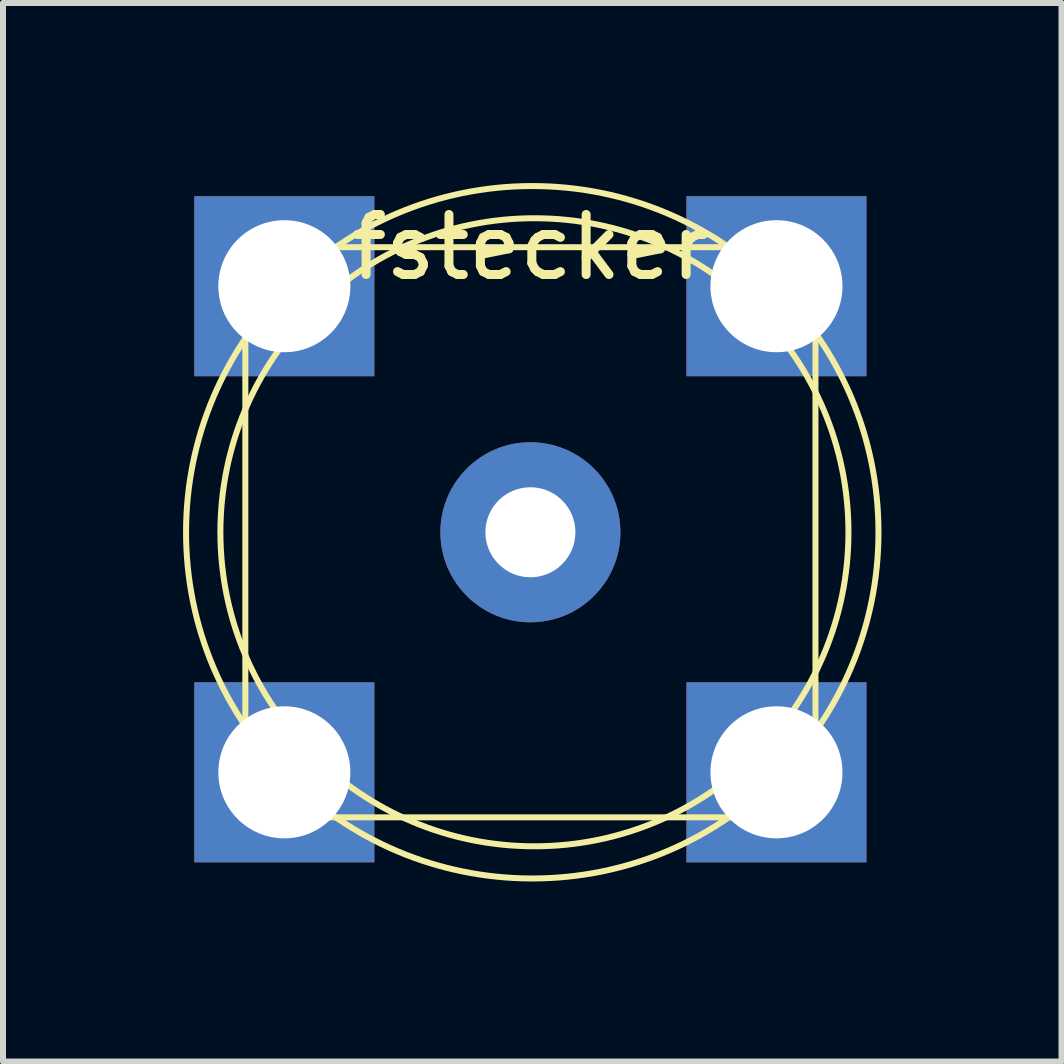
<source format=kicad_pcb>
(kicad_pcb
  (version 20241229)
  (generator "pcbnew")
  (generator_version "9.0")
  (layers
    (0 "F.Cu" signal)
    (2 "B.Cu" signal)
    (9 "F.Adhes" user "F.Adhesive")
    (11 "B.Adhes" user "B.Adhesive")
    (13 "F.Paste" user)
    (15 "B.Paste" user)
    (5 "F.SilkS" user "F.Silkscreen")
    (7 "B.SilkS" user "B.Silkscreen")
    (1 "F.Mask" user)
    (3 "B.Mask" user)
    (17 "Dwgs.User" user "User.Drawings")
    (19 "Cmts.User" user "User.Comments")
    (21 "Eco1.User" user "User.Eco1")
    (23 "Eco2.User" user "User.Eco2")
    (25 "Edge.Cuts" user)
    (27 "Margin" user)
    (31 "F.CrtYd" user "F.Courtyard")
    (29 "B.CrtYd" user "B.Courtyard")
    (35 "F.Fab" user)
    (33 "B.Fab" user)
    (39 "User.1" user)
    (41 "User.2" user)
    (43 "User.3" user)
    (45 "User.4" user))
  (footprint "fstecker"
    (layer "F.Cu")
    (at 5.788 5.819)
    (property "Reference" "fstecker" (at 0 -4.75 0) (layer "F.SilkS") (effects (font (size 1 1) (thickness 0.15))))
    (attr through_hole)
    (fp_rect (start -4.75 -4.75) (end 4.75 4.75) (stroke (width 0.1) (type default)) (fill no) (layer "F.SilkS"))
    (fp_circle (center 0.031 0) (end 4.831 3.2) (stroke (width 0.1) (type default)) (fill no) (layer "F.SilkS"))
    (fp_circle (center 0.067 0) (end 3.767 3.7) (stroke (width 0.1) (type default)) (fill no) (layer "F.SilkS"))
    (pad "1" thru_hole circle (at 0 0) (size 3 3) (drill 1.5) (layers "*.Cu" "*.Mask"))
    (pad "2" thru_hole rect (at -4.1 -4.1) (size 3 3) (drill 2.2) (layers "*.Cu" "*.Mask"))
    (pad "2" thru_hole rect (at -4.1 4) (size 3 3) (drill 2.2) (layers "*.Cu" "*.Mask"))
    (pad "2" thru_hole rect (at 4.1 -4.1) (size 3 3) (drill 2.2) (layers "*.Cu" "*.Mask"))
    (pad "2" thru_hole rect (at 4.1 4) (size 3 3) (drill 2.2) (layers "*.Cu" "*.Mask")))
  (gr_rect
    (start -3 -3)
    (end 14.638 14.638)
    (stroke (width 0.1) (type default))
    (fill no)
    (layer "Edge.Cuts")))
</source>
